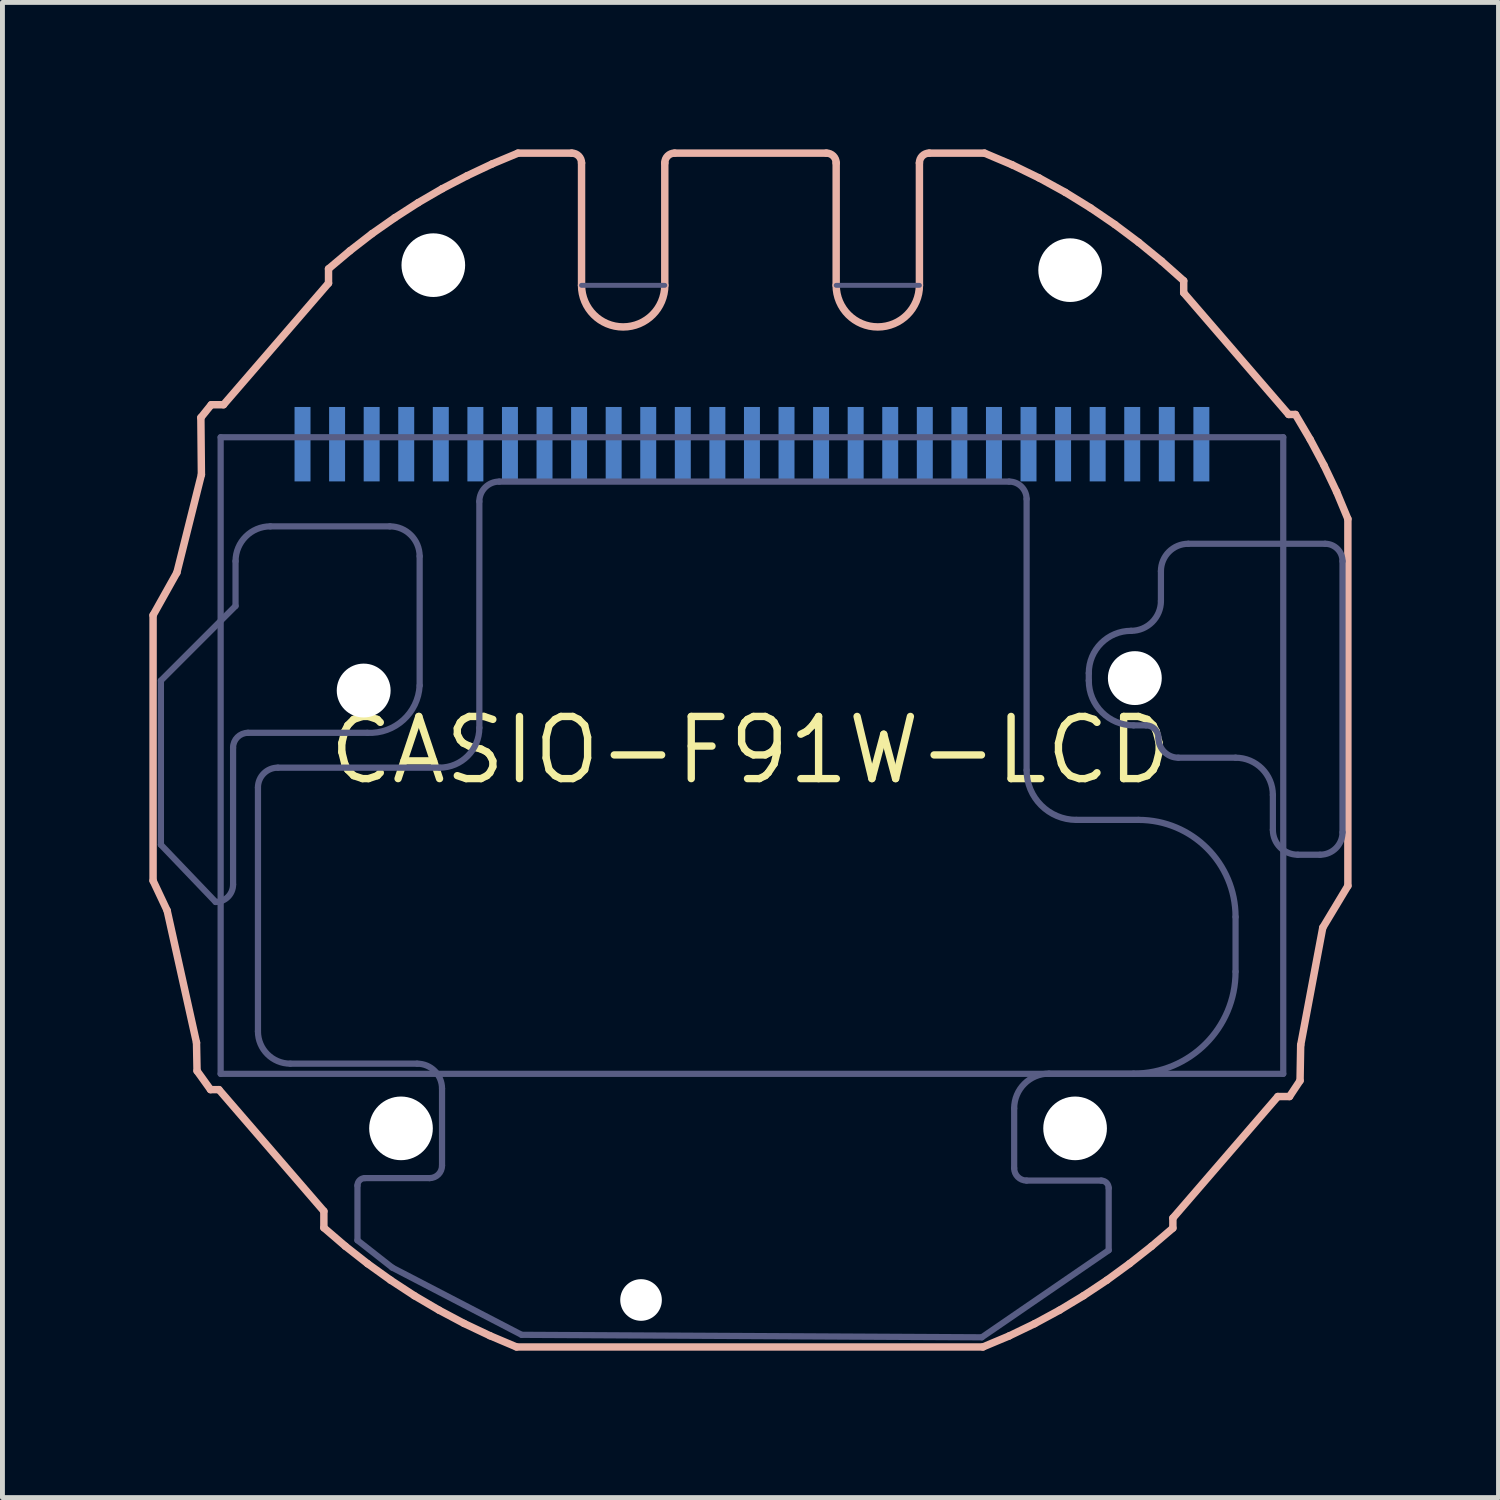
<source format=kicad_pcb>
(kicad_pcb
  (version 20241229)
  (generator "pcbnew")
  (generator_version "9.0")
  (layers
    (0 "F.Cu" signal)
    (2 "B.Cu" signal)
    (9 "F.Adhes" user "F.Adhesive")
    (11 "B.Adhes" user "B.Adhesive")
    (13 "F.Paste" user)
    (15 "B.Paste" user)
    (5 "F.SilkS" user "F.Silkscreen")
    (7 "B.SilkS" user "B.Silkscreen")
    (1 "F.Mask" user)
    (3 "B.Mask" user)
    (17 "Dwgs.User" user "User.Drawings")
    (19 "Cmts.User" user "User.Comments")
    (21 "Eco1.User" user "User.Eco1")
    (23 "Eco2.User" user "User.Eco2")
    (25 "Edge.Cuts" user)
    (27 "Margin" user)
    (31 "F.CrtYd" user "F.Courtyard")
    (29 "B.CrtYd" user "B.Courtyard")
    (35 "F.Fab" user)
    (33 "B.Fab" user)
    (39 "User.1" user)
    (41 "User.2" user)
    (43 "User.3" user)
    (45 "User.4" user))
  (footprint "CASIO-F91W-LCD"
    (layer "F.Cu")
    (at 12.276 12.271)
    (property "Reference" "CASIO-F91W-LCD" (at 0 0 0) (layer "F.SilkS") (effects (font (size 1.27 1.27) (thickness 0.15))))
    (fp_line (start -12.2 -2.758) (end -11.714 -3.627) (stroke (width 0.152) (type solid)) (layer "B.SilkS"))
    (fp_line (start -12.2 2.664) (end -12.2 -2.758) (stroke (width 0.152) (type solid)) (layer "B.SilkS"))
    (fp_line (start -11.913 3.273) (end -12.2 2.664) (stroke (width 0.152) (type solid)) (layer "B.SilkS"))
    (fp_line (start -11.714 -3.627) (end -11.213 -5.628) (stroke (width 0.152) (type solid)) (layer "B.SilkS"))
    (fp_line (start -11.313 5.972) (end -11.913 3.273) (stroke (width 0.152) (type solid)) (layer "B.SilkS"))
    (fp_line (start -11.302 6.548) (end -11.313 5.972) (stroke (width 0.152) (type solid)) (layer "B.SilkS"))
    (fp_line (start -11.224 -6.793) (end -11.213 -5.628) (stroke (width 0.152) (type solid)) (layer "B.SilkS"))
    (fp_line (start -11.027 6.931) (end -11.302 6.548) (stroke (width 0.152) (type solid)) (layer "B.SilkS"))
    (fp_line (start -11.012 -7.056) (end -11.224 -6.793) (stroke (width 0.152) (type solid)) (layer "B.SilkS"))
    (fp_line (start -10.855 6.931) (end -11.027 6.931) (stroke (width 0.152) (type solid)) (layer "B.SilkS"))
    (fp_line (start -10.761 -7.056) (end -11.012 -7.056) (stroke (width 0.152) (type solid)) (layer "B.SilkS"))
    (fp_line (start -8.712 9.413) (end -10.855 6.931) (stroke (width 0.152) (type solid)) (layer "B.SilkS"))
    (fp_line (start -8.712 9.752) (end -8.712 9.413) (stroke (width 0.152) (type solid)) (layer "B.SilkS"))
    (fp_line (start -8.617 -9.831) (end -8.617 -9.538) (stroke (width 0.152) (type solid)) (layer "B.SilkS"))
    (fp_line (start -8.617 -9.538) (end -10.761 -7.056) (stroke (width 0.152) (type solid)) (layer "B.SilkS"))
    (fp_line (start -8.274 10.128) (end -8.712 9.752) (stroke (width 0.152) (type solid)) (layer "B.SilkS"))
    (fp_line (start -8.18 -10.199) (end -8.617 -9.831) (stroke (width 0.152) (type solid)) (layer "B.SilkS"))
    (fp_line (start -7.819 10.485) (end -8.274 10.128) (stroke (width 0.152) (type solid)) (layer "B.SilkS"))
    (fp_line (start -7.73 -10.548) (end -8.18 -10.199) (stroke (width 0.152) (type solid)) (layer "B.SilkS"))
    (fp_line (start -7.349 10.822) (end -7.819 10.485) (stroke (width 0.152) (type solid)) (layer "B.SilkS"))
    (fp_line (start -7.264 -10.874) (end -7.73 -10.548) (stroke (width 0.152) (type solid)) (layer "B.SilkS"))
    (fp_line (start -6.864 11.139) (end -7.349 10.822) (stroke (width 0.152) (type solid)) (layer "B.SilkS"))
    (fp_line (start -6.786 -11.182) (end -7.264 -10.874) (stroke (width 0.152) (type solid)) (layer "B.SilkS"))
    (fp_line (start -6.363 11.433) (end -6.864 11.139) (stroke (width 0.152) (type solid)) (layer "B.SilkS"))
    (fp_line (start -6.294 -11.468) (end -6.786 -11.182) (stroke (width 0.152) (type solid)) (layer "B.SilkS"))
    (fp_line (start -5.849 11.706) (end -6.363 11.433) (stroke (width 0.152) (type solid)) (layer "B.SilkS"))
    (fp_line (start -5.789 -11.731) (end -6.294 -11.468) (stroke (width 0.152) (type solid)) (layer "B.SilkS"))
    (fp_line (start -5.319 11.957) (end -5.849 11.706) (stroke (width 0.152) (type solid)) (layer "B.SilkS"))
    (fp_line (start -5.274 -11.974) (end -5.789 -11.731) (stroke (width 0.152) (type solid)) (layer "B.SilkS"))
    (fp_line (start -4.778 12.186) (end -5.319 11.957) (stroke (width 0.152) (type solid)) (layer "B.SilkS"))
    (fp_line (start -4.748 -12.194) (end -5.274 -11.974) (stroke (width 0.152) (type solid)) (layer "B.SilkS"))
    (fp_line (start -4.748 -12.194) (end -3.65 -12.194) (stroke (width 0.152) (type solid)) (layer "B.SilkS"))
    (fp_line (start -3.45 -11.994) (end -3.45 -9.494) (stroke (width 0.152) (type solid)) (layer "B.SilkS"))
    (fp_line (start -1.75 -11.994) (end -1.75 -9.494) (stroke (width 0.152) (type solid)) (layer "B.SilkS"))
    (fp_line (start -1.55 -12.194) (end 1.55 -12.194) (stroke (width 0.152) (type solid)) (layer "B.SilkS"))
    (fp_line (start 1.75 -11.994) (end 1.75 -9.494) (stroke (width 0.152) (type solid)) (layer "B.SilkS"))
    (fp_line (start 3.45 -11.994) (end 3.45 -9.494) (stroke (width 0.152) (type solid)) (layer "B.SilkS"))
    (fp_line (start 3.65 -12.194) (end 4.779 -12.194) (stroke (width 0.152) (type solid)) (layer "B.SilkS"))
    (fp_line (start 4.747 12.186) (end -4.778 12.186) (stroke (width 0.152) (type solid)) (layer "B.SilkS"))
    (fp_line (start 5.283 11.961) (end 4.747 12.186) (stroke (width 0.152) (type solid)) (layer "B.SilkS"))
    (fp_line (start 5.344 -11.955) (end 4.779 -12.194) (stroke (width 0.152) (type solid)) (layer "B.SilkS"))
    (fp_line (start 5.804 11.71) (end 5.283 11.961) (stroke (width 0.152) (type solid)) (layer "B.SilkS"))
    (fp_line (start 5.894 -11.687) (end 5.344 -11.955) (stroke (width 0.152) (type solid)) (layer "B.SilkS"))
    (fp_line (start 6.31 11.436) (end 5.804 11.71) (stroke (width 0.152) (type solid)) (layer "B.SilkS"))
    (fp_line (start 6.427 -11.394) (end 5.894 -11.687) (stroke (width 0.152) (type solid)) (layer "B.SilkS"))
    (fp_line (start 6.802 11.139) (end 6.31 11.436) (stroke (width 0.152) (type solid)) (layer "B.SilkS"))
    (fp_line (start 6.944 -11.075) (end 6.427 -11.394) (stroke (width 0.152) (type solid)) (layer "B.SilkS"))
    (fp_line (start 7.279 10.822) (end 6.802 11.139) (stroke (width 0.152) (type solid)) (layer "B.SilkS"))
    (fp_line (start 7.444 -10.734) (end 6.944 -11.075) (stroke (width 0.152) (type solid)) (layer "B.SilkS"))
    (fp_line (start 7.742 10.484) (end 7.279 10.822) (stroke (width 0.152) (type solid)) (layer "B.SilkS"))
    (fp_line (start 7.928 -10.371) (end 7.444 -10.734) (stroke (width 0.152) (type solid)) (layer "B.SilkS"))
    (fp_line (start 8.191 10.13) (end 7.742 10.484) (stroke (width 0.152) (type solid)) (layer "B.SilkS"))
    (fp_line (start 8.396 -9.988) (end 7.928 -10.371) (stroke (width 0.152) (type solid)) (layer "B.SilkS"))
    (fp_line (start 8.626 9.554) (end 8.626 9.759) (stroke (width 0.152) (type solid)) (layer "B.SilkS"))
    (fp_line (start 8.626 9.759) (end 8.191 10.13) (stroke (width 0.152) (type solid)) (layer "B.SilkS"))
    (fp_line (start 8.847 -9.587) (end 8.396 -9.988) (stroke (width 0.152) (type solid)) (layer "B.SilkS"))
    (fp_line (start 8.847 -9.341) (end 8.847 -9.587) (stroke (width 0.152) (type solid)) (layer "B.SilkS"))
    (fp_line (start 10.769 7.072) (end 8.626 9.554) (stroke (width 0.152) (type solid)) (layer "B.SilkS"))
    (fp_line (start 10.99 -6.857) (end 8.847 -9.341) (stroke (width 0.152) (type solid)) (layer "B.SilkS"))
    (fp_line (start 11.008 7.072) (end 10.769 7.072) (stroke (width 0.152) (type solid)) (layer "B.SilkS"))
    (fp_line (start 11.129 -6.857) (end 10.99 -6.857) (stroke (width 0.152) (type solid)) (layer "B.SilkS"))
    (fp_line (start 11.223 6.748) (end 11.008 7.072) (stroke (width 0.152) (type solid)) (layer "B.SilkS"))
    (fp_line (start 11.236 6.022) (end 11.223 6.748) (stroke (width 0.152) (type solid)) (layer "B.SilkS"))
    (fp_line (start 11.431 -6.345) (end 11.129 -6.857) (stroke (width 0.152) (type solid)) (layer "B.SilkS"))
    (fp_line (start 11.687 3.623) (end 11.236 6.022) (stroke (width 0.152) (type solid)) (layer "B.SilkS"))
    (fp_line (start 11.687 3.623) (end 12.2 2.77) (stroke (width 0.152) (type solid)) (layer "B.SilkS"))
    (fp_line (start 11.712 -5.818) (end 11.431 -6.345) (stroke (width 0.152) (type solid)) (layer "B.SilkS"))
    (fp_line (start 11.969 -5.279) (end 11.712 -5.818) (stroke (width 0.152) (type solid)) (layer "B.SilkS"))
    (fp_line (start 12.2 -4.724) (end 11.969 -5.279) (stroke (width 0.152) (type solid)) (layer "B.SilkS"))
    (fp_line (start 12.2 2.77) (end 12.2 -4.724) (stroke (width 0.152) (type solid)) (layer "B.SilkS"))
    (fp_arc (start -3.65 -12.194441) (mid -3.508579 -12.135861) (end -3.450001 -11.994439) (stroke (width 0.1524) (type solid)) (layer "B.SilkS"))
    (fp_arc (start -1.75 -11.994439) (mid -1.691422 -12.135861) (end -1.55 -12.194441) (stroke (width 0.1524) (type solid)) (layer "B.SilkS"))
    (fp_arc (start -1.75 -9.494441) (mid -2.600001 -8.64444) (end -3.450001 -9.494441) (stroke (width 0.1524) (type solid)) (layer "B.SilkS"))
    (fp_arc (start 1.55 -12.194441) (mid 1.691422 -12.135861) (end 1.75 -11.994439) (stroke (width 0.1524) (type solid)) (layer "B.SilkS"))
    (fp_arc (start 3.450001 -11.994439) (mid 3.508579 -12.135862) (end 3.65 -12.194441) (stroke (width 0.1524) (type solid)) (layer "B.SilkS"))
    (fp_arc (start 3.450001 -9.494441) (mid 2.600001 -8.644441) (end 1.75 -9.494441) (stroke (width 0.1524) (type solid)) (layer "B.SilkS"))
    (fp_line (start -12.04 -1.422) (end -10.516 -2.946) (stroke (width 0.127) (type solid)) (layer "B.Fab"))
    (fp_line (start -12.04 1.93) (end -12.04 -1.422) (stroke (width 0.127) (type solid)) (layer "B.Fab"))
    (fp_line (start -10.922 3.099) (end -12.04 1.93) (stroke (width 0.127) (type solid)) (layer "B.Fab"))
    (fp_line (start -10.82 -6.392) (end -10.82 6.608) (stroke (width 0.127) (type solid)) (layer "B.Fab"))
    (fp_line (start -10.82 -6.392) (end 10.88 -6.392) (stroke (width 0.127) (type solid)) (layer "B.Fab"))
    (fp_line (start -10.566 -0.051) (end -10.566 2.743) (stroke (width 0.127) (type solid)) (layer "B.Fab"))
    (fp_line (start -10.516 -2.946) (end -10.516 -3.861) (stroke (width 0.127) (type solid)) (layer "B.Fab"))
    (fp_line (start -10.058 5.74) (end -10.058 0.762) (stroke (width 0.127) (type solid)) (layer "B.Fab"))
    (fp_line (start -9.804 -4.572) (end -7.366 -4.572) (stroke (width 0.127) (type solid)) (layer "B.Fab"))
    (fp_line (start -9.652 0.356) (end -6.35 0.356) (stroke (width 0.127) (type solid)) (layer "B.Fab"))
    (fp_line (start -8.026 10.008) (end -8.026 8.89) (stroke (width 0.127) (type solid)) (layer "B.Fab"))
    (fp_line (start -7.874 8.738) (end -6.553 8.738) (stroke (width 0.127) (type solid)) (layer "B.Fab"))
    (fp_line (start -7.823 -0.356) (end -10.262 -0.356) (stroke (width 0.127) (type solid)) (layer "B.Fab"))
    (fp_line (start -7.315 10.566) (end -8.026 10.008) (stroke (width 0.127) (type solid)) (layer "B.Fab"))
    (fp_line (start -6.807 6.401) (end -9.398 6.401) (stroke (width 0.127) (type solid)) (layer "B.Fab"))
    (fp_line (start -6.756 -3.962) (end -6.756 -1.321) (stroke (width 0.127) (type solid)) (layer "B.Fab"))
    (fp_line (start -6.299 8.484) (end -6.299 6.909) (stroke (width 0.127) (type solid)) (layer "B.Fab"))
    (fp_line (start -5.537 -0.457) (end -5.537 -5.08) (stroke (width 0.127) (type solid)) (layer "B.Fab"))
    (fp_line (start -5.131 -5.486) (end 5.283 -5.486) (stroke (width 0.127) (type solid)) (layer "B.Fab"))
    (fp_line (start -4.674 11.938) (end -7.315 10.566) (stroke (width 0.127) (type solid)) (layer "B.Fab"))
    (fp_line (start -1.75 -9.494) (end -3.45 -9.494) (stroke (width 0.1) (type solid)) (layer "B.Fab"))
    (fp_line (start 1.75 -9.494) (end 3.45 -9.494) (stroke (width 0.1) (type solid)) (layer "B.Fab"))
    (fp_line (start 4.724 11.989) (end -4.674 11.938) (stroke (width 0.127) (type solid)) (layer "B.Fab"))
    (fp_line (start 5.385 7.315) (end 5.385 8.534) (stroke (width 0.127) (type solid)) (layer "B.Fab"))
    (fp_line (start 5.639 -5.131) (end 5.639 0.406) (stroke (width 0.127) (type solid)) (layer "B.Fab"))
    (fp_line (start 5.639 8.788) (end 7.163 8.788) (stroke (width 0.127) (type solid)) (layer "B.Fab"))
    (fp_line (start 6.655 1.422) (end 7.925 1.422) (stroke (width 0.127) (type solid)) (layer "B.Fab"))
    (fp_line (start 6.909 -1.575) (end 6.909 -1.422) (stroke (width 0.127) (type solid)) (layer "B.Fab"))
    (fp_line (start 7.315 8.941) (end 7.315 10.211) (stroke (width 0.127) (type solid)) (layer "B.Fab"))
    (fp_line (start 7.315 10.211) (end 4.724 11.989) (stroke (width 0.127) (type solid)) (layer "B.Fab"))
    (fp_line (start 7.823 -0.508) (end 8.077 -0.508) (stroke (width 0.127) (type solid)) (layer "B.Fab"))
    (fp_line (start 7.823 6.604) (end 6.096 6.604) (stroke (width 0.127) (type solid)) (layer "B.Fab"))
    (fp_line (start 8.382 -3.658) (end 8.382 -3.048) (stroke (width 0.127) (type solid)) (layer "B.Fab"))
    (fp_line (start 8.738 0.152) (end 9.906 0.152) (stroke (width 0.127) (type solid)) (layer "B.Fab"))
    (fp_line (start 9.906 3.404) (end 9.906 4.521) (stroke (width 0.127) (type solid)) (layer "B.Fab"))
    (fp_line (start 10.668 0.914) (end 10.668 1.626) (stroke (width 0.127) (type solid)) (layer "B.Fab"))
    (fp_line (start 10.88 -6.392) (end 10.88 6.608) (stroke (width 0.127) (type solid)) (layer "B.Fab"))
    (fp_line (start 10.88 6.608) (end -10.82 6.608) (stroke (width 0.127) (type solid)) (layer "B.Fab"))
    (fp_line (start 11.176 2.134) (end 11.633 2.134) (stroke (width 0.127) (type solid)) (layer "B.Fab"))
    (fp_line (start 11.735 -4.216) (end 8.941 -4.216) (stroke (width 0.127) (type solid)) (layer "B.Fab"))
    (fp_line (start 12.09 1.676) (end 12.09 -3.861) (stroke (width 0.127) (type solid)) (layer "B.Fab"))
    (fp_arc (start -10.566401 -0.050799) (mid -10.477127 -0.266326) (end -10.2616 -0.3556) (stroke (width 0.127) (type solid)) (layer "B.Fab"))
    (fp_arc (start -10.5664 2.7432) (mid -10.670553 2.994647) (end -10.922 3.0988) (stroke (width 0.127) (type solid)) (layer "B.Fab"))
    (fp_arc (start -10.5156 -3.8608) (mid -10.307294 -4.363694) (end -9.8044 -4.572) (stroke (width 0.127) (type solid)) (layer "B.Fab"))
    (fp_arc (start -10.0584 0.762) (mid -9.939368 0.474632) (end -9.652 0.3556) (stroke (width 0.127) (type solid)) (layer "B.Fab"))
    (fp_arc (start -9.398 6.4008) (mid -9.864973 6.207373) (end -10.0584 5.7404) (stroke (width 0.127) (type solid)) (layer "B.Fab"))
    (fp_arc (start -8.0264 8.89) (mid -7.981763 8.782237) (end -7.874 8.7376) (stroke (width 0.127) (type solid)) (layer "B.Fab"))
    (fp_arc (start -7.366 -4.572) (mid -6.934948 -4.393452) (end -6.7564 -3.9624) (stroke (width 0.127) (type solid)) (layer "B.Fab"))
    (fp_arc (start -6.8072 6.4008) (mid -6.44799 6.54959) (end -6.2992 6.9088) (stroke (width 0.127) (type solid)) (layer "B.Fab"))
    (fp_arc (start -6.7564 -1.3208) (mid -7.089901 -0.617258) (end -7.8232 -0.3556) (stroke (width 0.127) (type solid)) (layer "B.Fab"))
    (fp_arc (start -6.2992 8.4836) (mid -6.373595 8.663205) (end -6.5532 8.7376) (stroke (width 0.127) (type solid)) (layer "B.Fab"))
    (fp_arc (start -5.5372 -5.08) (mid -5.418168 -5.367368) (end -5.1308 -5.4864) (stroke (width 0.127) (type solid)) (layer "B.Fab"))
    (fp_arc (start -5.5372 -0.4572) (mid -5.775264 0.117536) (end -6.35 0.3556) (stroke (width 0.127) (type solid)) (layer "B.Fab"))
    (fp_arc (start 5.2832 -5.4864) (mid 5.534647 -5.382247) (end 5.6388 -5.1308) (stroke (width 0.127) (type solid)) (layer "B.Fab"))
    (fp_arc (start 5.3848 7.3152) (mid 5.593106 6.812306) (end 6.096 6.604) (stroke (width 0.127) (type solid)) (layer "B.Fab"))
    (fp_arc (start 5.6388 8.7884) (mid 5.459195 8.714005) (end 5.3848 8.5344) (stroke (width 0.127) (type solid)) (layer "B.Fab"))
    (fp_arc (start 6.654801 1.422399) (mid 5.93638 1.12482) (end 5.6388 0.4064) (stroke (width 0.127) (type solid)) (layer "B.Fab"))
    (fp_arc (start 6.9088 -1.5748) (mid 7.161743 -2.185457) (end 7.7724 -2.4384) (stroke (width 0.127) (type solid)) (layer "B.Fab"))
    (fp_arc (start 7.1628 8.7884) (mid 7.270563 8.833037) (end 7.3152 8.9408) (stroke (width 0.127) (type solid)) (layer "B.Fab"))
    (fp_arc (start 7.8232 -0.508) (mid 7.176622 -0.775822) (end 6.9088 -1.4224) (stroke (width 0.127) (type solid)) (layer "B.Fab"))
    (fp_arc (start 7.9248 1.4224) (mid 9.32572 2.00268) (end 9.906 3.4036) (stroke (width 0.127) (type solid)) (layer "B.Fab"))
    (fp_arc (start 8.0772 -0.508) (mid 8.256806 -0.433605) (end 8.331201 -0.253999) (stroke (width 0.127) (type solid)) (layer "B.Fab"))
    (fp_arc (start 8.382 -3.6576) (mid 8.545669 -4.052731) (end 8.9408 -4.2164) (stroke (width 0.127) (type solid)) (layer "B.Fab"))
    (fp_arc (start 8.382 -3.048) (mid 8.203452 -2.616948) (end 7.7724 -2.4384) (stroke (width 0.127) (type solid)) (layer "B.Fab"))
    (fp_arc (start 8.7376 0.1524) (mid 8.450232 0.033368) (end 8.3312 -0.254) (stroke (width 0.127) (type solid)) (layer "B.Fab"))
    (fp_arc (start 9.906 0.1524) (mid 10.444815 0.375585) (end 10.668 0.9144) (stroke (width 0.127) (type solid)) (layer "B.Fab"))
    (fp_arc (start 9.906 4.5212) (mid 9.295962 5.993962) (end 7.8232 6.604) (stroke (width 0.127) (type solid)) (layer "B.Fab"))
    (fp_arc (start 11.176 2.1336) (mid 10.81679 1.98481) (end 10.668 1.6256) (stroke (width 0.127) (type solid)) (layer "B.Fab"))
    (fp_arc (start 11.7348 -4.2164) (mid 11.986247 -4.112247) (end 12.0904 -3.8608) (stroke (width 0.127) (type solid)) (layer "B.Fab"))
    (fp_arc (start 12.0904 1.6764) (mid 11.956489 1.999689) (end 11.6332 2.1336) (stroke (width 0.127) (type solid)) (layer "B.Fab"))
    (pad "" np_thru_hole circle (at -7.899 -1.219) (size 1.1 1.1) (drill 1.1) (layers "*.Cu" "*.Mask"))
    (pad "" np_thru_hole circle (at -7.137 7.722) (size 1.3 1.3) (drill 1.3) (layers "*.Cu" "*.Mask"))
    (pad "" np_thru_hole circle (at -6.477 -9.906) (size 1.3 1.3) (drill 1.3) (layers "*.Cu" "*.Mask"))
    (pad "" np_thru_hole circle (at -2.235 11.227) (size 0.85 0.85) (drill 0.85) (layers "*.Cu" "*.Mask"))
    (pad "" np_thru_hole circle (at 6.528 -9.804) (size 1.3 1.3) (drill 1.3) (layers "*.Cu" "*.Mask"))
    (pad "" np_thru_hole circle (at 6.629 7.722) (size 1.3 1.3) (drill 1.3) (layers "*.Cu" "*.Mask"))
    (pad "" np_thru_hole circle (at 7.849 -1.473) (size 1.1 1.1) (drill 1.1) (layers "*.Cu" "*.Mask"))
    (pad "1" smd rect (at -9.148 -6.25) (size 0.326 1.52) (layers "B.Cu" "B.Mask"))
    (pad "2" smd rect (at -8.442 -6.25) (size 0.326 1.52) (layers "B.Cu" "B.Mask"))
    (pad "3" smd rect (at -7.736 -6.25) (size 0.326 1.52) (layers "B.Cu" "B.Mask"))
    (pad "4" smd rect (at -7.03 -6.25) (size 0.326 1.52) (layers "B.Cu" "B.Mask"))
    (pad "5" smd rect (at -6.324 -6.25) (size 0.326 1.52) (layers "B.Cu" "B.Mask"))
    (pad "6" smd rect (at -5.618 -6.25) (size 0.326 1.52) (layers "B.Cu" "B.Mask"))
    (pad "7" smd rect (at -4.912 -6.25) (size 0.326 1.52) (layers "B.Cu" "B.Mask"))
    (pad "8" smd rect (at -4.206 -6.25) (size 0.326 1.52) (layers "B.Cu" "B.Mask"))
    (pad "9" smd rect (at -3.5 -6.25) (size 0.326 1.52) (layers "B.Cu" "B.Mask"))
    (pad "10" smd rect (at -2.794 -6.25) (size 0.326 1.52) (layers "B.Cu" "B.Mask"))
    (pad "11" smd rect (at -2.088 -6.25) (size 0.326 1.52) (layers "B.Cu" "B.Mask"))
    (pad "12" smd rect (at -1.382 -6.25) (size 0.326 1.52) (layers "B.Cu" "B.Mask"))
    (pad "13" smd rect (at -0.676 -6.25) (size 0.326 1.52) (layers "B.Cu" "B.Mask"))
    (pad "14" smd rect (at 0.03 -6.25) (size 0.326 1.52) (layers "B.Cu" "B.Mask"))
    (pad "15" smd rect (at 0.736 -6.25) (size 0.326 1.52) (layers "B.Cu" "B.Mask"))
    (pad "16" smd rect (at 1.442 -6.25) (size 0.326 1.52) (layers "B.Cu" "B.Mask"))
    (pad "17" smd rect (at 2.148 -6.25) (size 0.326 1.52) (layers "B.Cu" "B.Mask"))
    (pad "18" smd rect (at 2.854 -6.25) (size 0.326 1.52) (layers "B.Cu" "B.Mask"))
    (pad "19" smd rect (at 3.56 -6.25) (size 0.326 1.52) (layers "B.Cu" "B.Mask"))
    (pad "20" smd rect (at 4.266 -6.25) (size 0.326 1.52) (layers "B.Cu" "B.Mask"))
    (pad "21" smd rect (at 4.972 -6.25) (size 0.326 1.52) (layers "B.Cu" "B.Mask"))
    (pad "22" smd rect (at 5.678 -6.25) (size 0.326 1.52) (layers "B.Cu" "B.Mask"))
    (pad "23" smd rect (at 6.384 -6.25) (size 0.326 1.52) (layers "B.Cu" "B.Mask"))
    (pad "24" smd rect (at 7.09 -6.25) (size 0.326 1.52) (layers "B.Cu" "B.Mask"))
    (pad "25" smd rect (at 7.796 -6.25) (size 0.326 1.52) (layers "B.Cu" "B.Mask"))
    (pad "26" smd rect (at 8.502 -6.25) (size 0.326 1.52) (layers "B.Cu" "B.Mask"))
    (pad "27" smd rect (at 9.208 -6.25) (size 0.326 1.52) (layers "B.Cu" "B.Mask")))
  (gr_rect
    (start -3 -3)
    (end 27.552 27.533)
    (stroke (width 0.1) (type default))
    (fill no)
    (layer "Edge.Cuts")))
</source>
